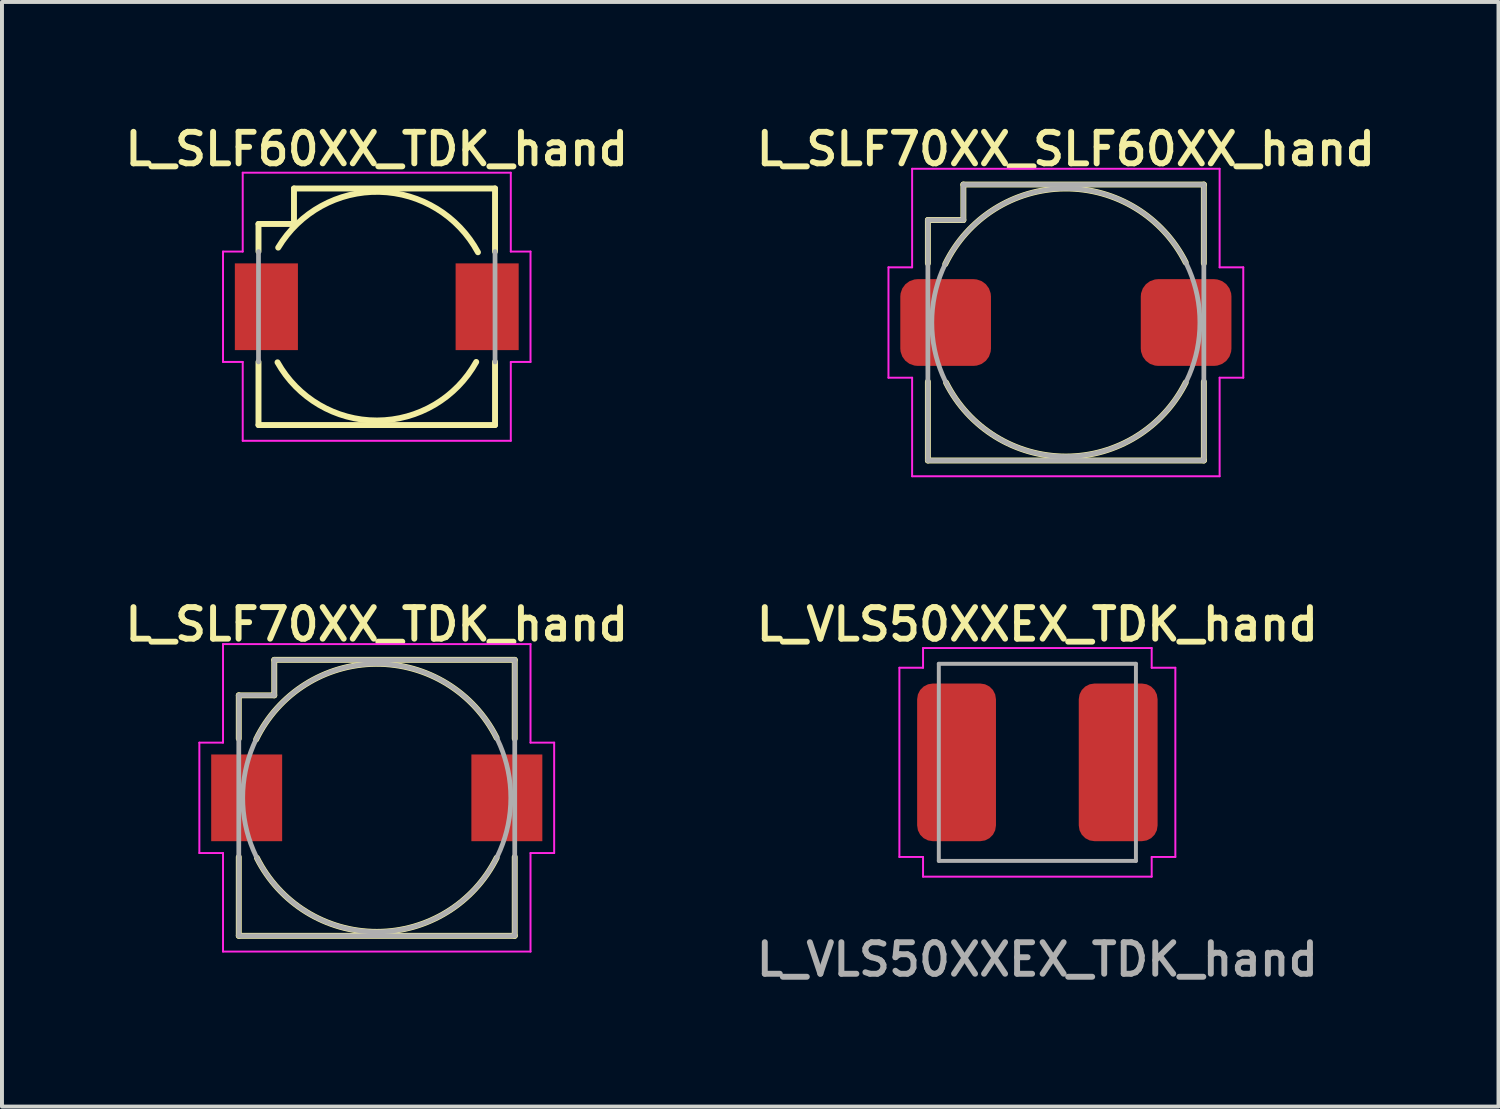
<source format=kicad_pcb>
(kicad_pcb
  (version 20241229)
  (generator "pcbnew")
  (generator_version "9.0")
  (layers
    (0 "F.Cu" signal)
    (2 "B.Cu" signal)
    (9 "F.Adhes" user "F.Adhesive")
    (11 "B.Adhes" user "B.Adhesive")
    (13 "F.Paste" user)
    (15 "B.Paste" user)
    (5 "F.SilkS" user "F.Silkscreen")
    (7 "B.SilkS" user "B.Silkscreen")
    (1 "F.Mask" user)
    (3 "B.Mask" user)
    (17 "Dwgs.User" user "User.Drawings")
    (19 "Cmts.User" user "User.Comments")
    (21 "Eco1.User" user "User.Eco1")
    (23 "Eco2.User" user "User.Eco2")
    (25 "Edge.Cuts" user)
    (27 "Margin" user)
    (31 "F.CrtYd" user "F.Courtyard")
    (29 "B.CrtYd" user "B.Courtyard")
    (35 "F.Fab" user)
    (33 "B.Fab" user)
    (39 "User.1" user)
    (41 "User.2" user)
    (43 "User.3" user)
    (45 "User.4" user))
  (footprint "L_SLF70XX_TDK_hand"
    (layer "F.Cu")
    (at 6.507 17.188)
    (property "Reference" "L_SLF70XX_TDK_hand" (at 0 -4.4 180) (layer "F.SilkS") (effects (font (size 0.8 0.8) (thickness 0.15))))
    (attr smd)
    (fp_line (start -3.5 -2.6) (end -2.6 -2.6) (stroke (width 0.15) (type solid)) (layer "F.SilkS"))
    (fp_line (start -3.5 -1.5) (end -3.5 -2.6) (stroke (width 0.15) (type solid)) (layer "F.SilkS"))
    (fp_line (start -3.5 1.5) (end -3.5 3.5) (stroke (width 0.15) (type solid)) (layer "F.SilkS"))
    (fp_line (start -3.5 3.5) (end 3.5 3.5) (stroke (width 0.15) (type solid)) (layer "F.SilkS"))
    (fp_line (start -2.6 -3.5) (end 3.5 -3.5) (stroke (width 0.15) (type solid)) (layer "F.SilkS"))
    (fp_line (start -2.6 -2.6) (end -2.6 -3.5) (stroke (width 0.15) (type solid)) (layer "F.SilkS"))
    (fp_line (start 3.5 -3.5) (end 3.5 -1.5) (stroke (width 0.15) (type solid)) (layer "F.SilkS"))
    (fp_line (start 3.5 3.5) (end 3.5 1.5) (stroke (width 0.15) (type solid)) (layer "F.SilkS"))
    (fp_arc (start -3.060539 -1.480905) (mid -0.023114 -3.399918) (end 3.040123 -1.522381) (stroke (width 0.15) (type solid)) (layer "F.SilkS"))
    (fp_arc (start 3.041052 1.520526) (mid 0.001037 3.4) (end -3.040124 1.52238) (stroke (width 0.15) (type solid)) (layer "F.SilkS"))
    (fp_line (start -4.5 -1.4) (end -4.5 1.4) (stroke (width 0.05) (type solid)) (layer "F.CrtYd"))
    (fp_line (start -4.5 1.4) (end -3.9 1.4) (stroke (width 0.05) (type solid)) (layer "F.CrtYd"))
    (fp_line (start -3.9 -3.9) (end -3.9 -1.4) (stroke (width 0.05) (type solid)) (layer "F.CrtYd"))
    (fp_line (start -3.9 -1.4) (end -4.5 -1.4) (stroke (width 0.05) (type solid)) (layer "F.CrtYd"))
    (fp_line (start -3.9 1.4) (end -3.9 3.9) (stroke (width 0.05) (type solid)) (layer "F.CrtYd"))
    (fp_line (start -3.9 3.9) (end 3.9 3.9) (stroke (width 0.05) (type solid)) (layer "F.CrtYd"))
    (fp_line (start 3.9 -3.9) (end -3.9 -3.9) (stroke (width 0.05) (type solid)) (layer "F.CrtYd"))
    (fp_line (start 3.9 -1.4) (end 3.9 -3.9) (stroke (width 0.05) (type solid)) (layer "F.CrtYd"))
    (fp_line (start 3.9 1.4) (end 4.5 1.4) (stroke (width 0.05) (type solid)) (layer "F.CrtYd"))
    (fp_line (start 3.9 3.9) (end 3.9 1.4) (stroke (width 0.05) (type solid)) (layer "F.CrtYd"))
    (fp_line (start 4.5 -1.4) (end 3.9 -1.4) (stroke (width 0.05) (type solid)) (layer "F.CrtYd"))
    (fp_line (start 4.5 1.4) (end 4.5 -1.4) (stroke (width 0.05) (type solid)) (layer "F.CrtYd"))
    (fp_line (start -3.5 3.5) (end -3.5 -2.6) (stroke (width 0.12) (type solid)) (layer "F.Fab"))
    (fp_line (start -2.6 -3.5) (end -2.6 -2.6) (stroke (width 0.12) (type solid)) (layer "F.Fab"))
    (fp_line (start -2.6 -3.5) (end 3.5 -3.5) (stroke (width 0.12) (type solid)) (layer "F.Fab"))
    (fp_line (start -2.6 -2.6) (end -3.5 -2.6) (stroke (width 0.12) (type solid)) (layer "F.Fab"))
    (fp_line (start 3.5 -3.5) (end 3.5 3.5) (stroke (width 0.12) (type solid)) (layer "F.Fab"))
    (fp_line (start 3.5 3.5) (end -3.5 3.5) (stroke (width 0.12) (type solid)) (layer "F.Fab"))
    (fp_circle (center 0 0) (end 3.4 0) (stroke (width 0.12) (type solid)) (fill no) (layer "F.Fab"))
    (pad "1" smd rect (at -3.3 0 180) (size 1.8 2.2) (layers "F.Cu" "F.Mask" "F.Paste"))
    (pad "2" smd rect (at 3.3 0 180) (size 1.8 2.2) (layers "F.Cu" "F.Mask" "F.Paste")))
  (footprint "L_VLS50XXEX_TDK_hand"
    (layer "F.Cu")
    (at 23.264 16.288)
    (property "Reference" "L_VLS50XXEX_TDK_hand" (at 0 -3.5 0) (unlocked yes) (layer "F.SilkS") (effects (font (size 0.8 0.8) (thickness 0.15) (bold yes))))
    (attr smd)
    (fp_line (start -3.5 -2.4) (end -3.5 2.4) (stroke (width 0.05) (type default)) (layer "F.CrtYd"))
    (fp_line (start -3.5 2.4) (end -2.9 2.4) (stroke (width 0.05) (type default)) (layer "F.CrtYd"))
    (fp_line (start -2.9 -2.9) (end -2.9 -2.4) (stroke (width 0.05) (type default)) (layer "F.CrtYd"))
    (fp_line (start -2.9 -2.4) (end -3.5 -2.4) (stroke (width 0.05) (type default)) (layer "F.CrtYd"))
    (fp_line (start -2.9 2.4) (end -2.9 2.9) (stroke (width 0.05) (type default)) (layer "F.CrtYd"))
    (fp_line (start -2.9 2.9) (end 2.9 2.9) (stroke (width 0.05) (type default)) (layer "F.CrtYd"))
    (fp_line (start 2.9 -2.9) (end -2.9 -2.9) (stroke (width 0.05) (type default)) (layer "F.CrtYd"))
    (fp_line (start 2.9 -2.4) (end 2.9 -2.9) (stroke (width 0.05) (type default)) (layer "F.CrtYd"))
    (fp_line (start 2.9 2.4) (end 3.5 2.4) (stroke (width 0.05) (type default)) (layer "F.CrtYd"))
    (fp_line (start 2.9 2.9) (end 2.9 2.4) (stroke (width 0.05) (type default)) (layer "F.CrtYd"))
    (fp_line (start 3.5 -2.4) (end 2.9 -2.4) (stroke (width 0.05) (type default)) (layer "F.CrtYd"))
    (fp_line (start 3.5 2.4) (end 3.5 -2.4) (stroke (width 0.05) (type default)) (layer "F.CrtYd"))
    (fp_line (start -2.5 -2.5) (end -2.5 2.5) (stroke (width 0.1) (type default)) (layer "F.Fab"))
    (fp_line (start -2.5 2.5) (end 2.5 2.5) (stroke (width 0.1) (type default)) (layer "F.Fab"))
    (fp_line (start 2.5 -2.5) (end -2.5 -2.5) (stroke (width 0.1) (type default)) (layer "F.Fab"))
    (fp_line (start 2.5 2.5) (end 2.5 -2.5) (stroke (width 0.1) (type default)) (layer "F.Fab"))
    (fp_text user "${REFERENCE}" (at 0 5 0) (unlocked yes) (layer "F.Fab") (effects (font (size 0.8 0.8) (thickness 0.15))))
    (pad "1" smd roundrect (at -2.05 0) (size 2 4) (layers "F.Cu" "F.Mask" "F.Paste") (roundrect_rratio 0.2))
    (pad "2" smd roundrect (at 2.05 0) (size 2 4) (layers "F.Cu" "F.Mask" "F.Paste") (roundrect_rratio 0.2)))
  (footprint "L_SLF70XX_SLF60XX_hand"
    (layer "F.Cu")
    (at 23.987 5.131)
    (property "Reference" "L_SLF70XX_SLF60XX_hand" (at 0 -4.4 180) (layer "F.SilkS") (effects (font (size 0.8 0.8) (thickness 0.15))))
    (attr smd)
    (fp_line (start -3.5 -2.6) (end -2.6 -2.6) (stroke (width 0.15) (type solid)) (layer "F.SilkS"))
    (fp_line (start -3.5 -1.5) (end -3.5 -2.6) (stroke (width 0.15) (type solid)) (layer "F.SilkS"))
    (fp_line (start -3.5 1.5) (end -3.5 3.5) (stroke (width 0.15) (type solid)) (layer "F.SilkS"))
    (fp_line (start -3.5 3.5) (end 3.5 3.5) (stroke (width 0.15) (type solid)) (layer "F.SilkS"))
    (fp_line (start -2.6 -3.5) (end 3.5 -3.5) (stroke (width 0.15) (type solid)) (layer "F.SilkS"))
    (fp_line (start -2.6 -2.6) (end -2.6 -3.5) (stroke (width 0.15) (type solid)) (layer "F.SilkS"))
    (fp_line (start 3.5 -3.5) (end 3.5 -1.5) (stroke (width 0.15) (type solid)) (layer "F.SilkS"))
    (fp_line (start 3.5 3.5) (end 3.5 1.5) (stroke (width 0.15) (type solid)) (layer "F.SilkS"))
    (fp_arc (start -3.060539 -1.480905) (mid -0.023114 -3.399918) (end 3.040123 -1.522381) (stroke (width 0.15) (type solid)) (layer "F.SilkS"))
    (fp_arc (start 3.041052 1.520526) (mid 0.001037 3.4) (end -3.040124 1.52238) (stroke (width 0.15) (type solid)) (layer "F.SilkS"))
    (fp_line (start -4.5 -1.4) (end -4.5 1.4) (stroke (width 0.05) (type solid)) (layer "F.CrtYd"))
    (fp_line (start -4.5 1.4) (end -3.9 1.4) (stroke (width 0.05) (type solid)) (layer "F.CrtYd"))
    (fp_line (start -3.9 -3.9) (end -3.9 -1.4) (stroke (width 0.05) (type solid)) (layer "F.CrtYd"))
    (fp_line (start -3.9 -1.4) (end -4.5 -1.4) (stroke (width 0.05) (type solid)) (layer "F.CrtYd"))
    (fp_line (start -3.9 1.4) (end -3.9 3.9) (stroke (width 0.05) (type solid)) (layer "F.CrtYd"))
    (fp_line (start -3.9 3.9) (end 3.9 3.9) (stroke (width 0.05) (type solid)) (layer "F.CrtYd"))
    (fp_line (start 3.9 -3.9) (end -3.9 -3.9) (stroke (width 0.05) (type solid)) (layer "F.CrtYd"))
    (fp_line (start 3.9 -1.4) (end 3.9 -3.9) (stroke (width 0.05) (type solid)) (layer "F.CrtYd"))
    (fp_line (start 3.9 1.4) (end 4.5 1.4) (stroke (width 0.05) (type solid)) (layer "F.CrtYd"))
    (fp_line (start 3.9 3.9) (end 3.9 1.4) (stroke (width 0.05) (type solid)) (layer "F.CrtYd"))
    (fp_line (start 4.5 -1.4) (end 3.9 -1.4) (stroke (width 0.05) (type solid)) (layer "F.CrtYd"))
    (fp_line (start 4.5 1.4) (end 4.5 -1.4) (stroke (width 0.05) (type solid)) (layer "F.CrtYd"))
    (fp_line (start -3.5 3.5) (end -3.5 -2.6) (stroke (width 0.12) (type solid)) (layer "F.Fab"))
    (fp_line (start -2.6 -3.5) (end -2.6 -2.6) (stroke (width 0.12) (type solid)) (layer "F.Fab"))
    (fp_line (start -2.6 -3.5) (end 3.5 -3.5) (stroke (width 0.12) (type solid)) (layer "F.Fab"))
    (fp_line (start -2.6 -2.6) (end -3.5 -2.6) (stroke (width 0.12) (type solid)) (layer "F.Fab"))
    (fp_line (start 3.5 -3.5) (end 3.5 3.5) (stroke (width 0.12) (type solid)) (layer "F.Fab"))
    (fp_line (start 3.5 3.5) (end -3.5 3.5) (stroke (width 0.12) (type solid)) (layer "F.Fab"))
    (fp_circle (center 0 0) (end 3.4 0) (stroke (width 0.12) (type solid)) (fill no) (layer "F.Fab"))
    (pad "1" smd roundrect (at -3.05 0 180) (size 2.3 2.2) (layers "F.Cu" "F.Mask" "F.Paste") (roundrect_rratio 0.2))
    (pad "2" smd roundrect (at 3.05 0 180) (size 2.3 2.2) (layers "F.Cu" "F.Mask" "F.Paste") (roundrect_rratio 0.2)))
  (footprint "L_SLF60XX_TDK_hand"
    (layer "F.Cu")
    (at 6.507 4.731)
    (property "Reference" "L_SLF60XX_TDK_hand" (at 0 -4 0) (layer "F.SilkS") (effects (font (size 0.8 0.8) (thickness 0.15))))
    (attr smd)
    (fp_line (start -3 -2.1) (end -3 -1.4) (stroke (width 0.15) (type solid)) (layer "F.SilkS"))
    (fp_line (start -3 -2.1) (end -2.1 -2.1) (stroke (width 0.15) (type solid)) (layer "F.SilkS"))
    (fp_line (start -3 1.4) (end -3 3) (stroke (width 0.15) (type solid)) (layer "F.SilkS"))
    (fp_line (start -3 3) (end 3 3) (stroke (width 0.15) (type solid)) (layer "F.SilkS"))
    (fp_line (start -2.1 -2.1) (end -2.1 -3) (stroke (width 0.15) (type solid)) (layer "F.SilkS"))
    (fp_line (start 3 -3) (end -2.1 -3) (stroke (width 0.15) (type solid)) (layer "F.SilkS"))
    (fp_line (start 3 -3) (end 3 -1.4) (stroke (width 0.15) (type solid)) (layer "F.SilkS"))
    (fp_line (start 3 3) (end 3 1.4) (stroke (width 0.15) (type solid)) (layer "F.SilkS"))
    (fp_arc (start -2.499999 -1.5) (mid 0.067765 -2.914687) (end 2.567009 -1.382194) (stroke (width 0.15) (type solid)) (layer "F.SilkS"))
    (fp_arc (start 2.522823 1.4) (mid 0.005577 2.885239) (end -2.517391 1.40974) (stroke (width 0.15) (type solid)) (layer "F.SilkS"))
    (fp_line (start -3.9 -1.4) (end -3.4 -1.4) (stroke (width 0.05) (type solid)) (layer "F.CrtYd"))
    (fp_line (start -3.9 1.4) (end -3.9 -1.4) (stroke (width 0.05) (type solid)) (layer "F.CrtYd"))
    (fp_line (start -3.4 -3.4) (end 3.4 -3.4) (stroke (width 0.05) (type solid)) (layer "F.CrtYd"))
    (fp_line (start -3.4 -1.4) (end -3.4 -3.4) (stroke (width 0.05) (type solid)) (layer "F.CrtYd"))
    (fp_line (start -3.4 1.4) (end -3.9 1.4) (stroke (width 0.05) (type solid)) (layer "F.CrtYd"))
    (fp_line (start -3.4 3.4) (end -3.4 1.4) (stroke (width 0.05) (type solid)) (layer "F.CrtYd"))
    (fp_line (start 3.4 -3.4) (end 3.4 -1.4) (stroke (width 0.05) (type solid)) (layer "F.CrtYd"))
    (fp_line (start 3.4 -1.4) (end 3.9 -1.4) (stroke (width 0.05) (type solid)) (layer "F.CrtYd"))
    (fp_line (start 3.4 1.4) (end 3.4 3.4) (stroke (width 0.05) (type solid)) (layer "F.CrtYd"))
    (fp_line (start 3.4 3.4) (end -3.4 3.4) (stroke (width 0.05) (type solid)) (layer "F.CrtYd"))
    (fp_line (start 3.9 -1.4) (end 3.9 1.4) (stroke (width 0.05) (type solid)) (layer "F.CrtYd"))
    (fp_line (start 3.9 1.4) (end 3.4 1.4) (stroke (width 0.05) (type solid)) (layer "F.CrtYd"))
    (fp_line (start -3 -1.4) (end -3 1.4) (stroke (width 0.12) (type solid)) (layer "F.Fab"))
    (fp_line (start 3 -1.4) (end 3 1.4) (stroke (width 0.12) (type solid)) (layer "F.Fab"))
    (pad "1" smd rect (at -2.8 0) (size 1.6 2.2) (layers "F.Cu" "F.Mask" "F.Paste"))
    (pad "2" smd rect (at 2.8 0) (size 1.6 2.2) (layers "F.Cu" "F.Mask" "F.Paste")))
  (gr_rect
    (start -3 -3)
    (end 34.961 25.019)
    (stroke (width 0.1) (type default))
    (fill no)
    (layer "Edge.Cuts")))
</source>
